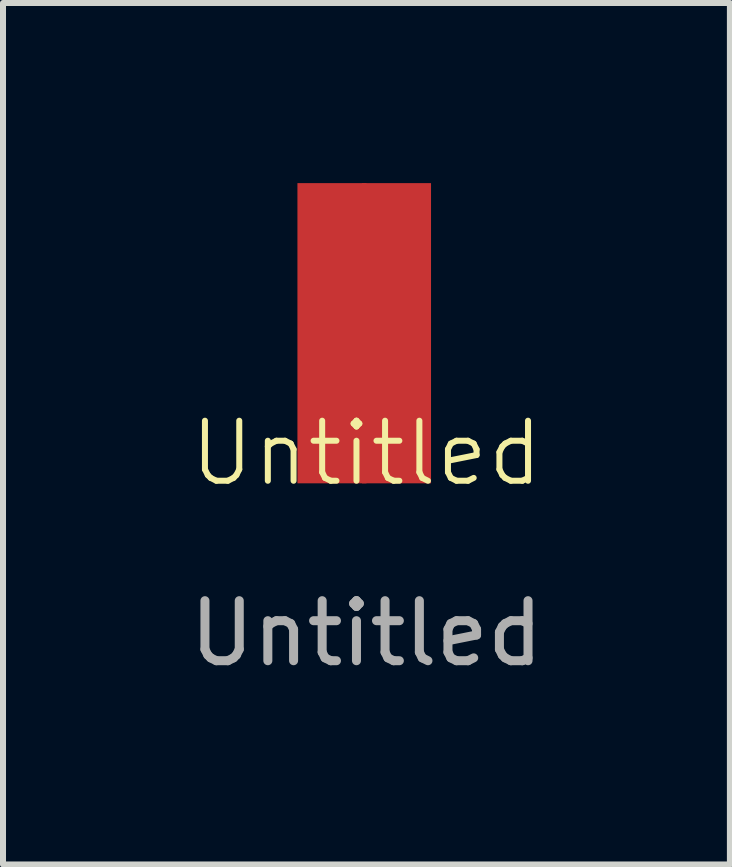
<source format=kicad_pcb>
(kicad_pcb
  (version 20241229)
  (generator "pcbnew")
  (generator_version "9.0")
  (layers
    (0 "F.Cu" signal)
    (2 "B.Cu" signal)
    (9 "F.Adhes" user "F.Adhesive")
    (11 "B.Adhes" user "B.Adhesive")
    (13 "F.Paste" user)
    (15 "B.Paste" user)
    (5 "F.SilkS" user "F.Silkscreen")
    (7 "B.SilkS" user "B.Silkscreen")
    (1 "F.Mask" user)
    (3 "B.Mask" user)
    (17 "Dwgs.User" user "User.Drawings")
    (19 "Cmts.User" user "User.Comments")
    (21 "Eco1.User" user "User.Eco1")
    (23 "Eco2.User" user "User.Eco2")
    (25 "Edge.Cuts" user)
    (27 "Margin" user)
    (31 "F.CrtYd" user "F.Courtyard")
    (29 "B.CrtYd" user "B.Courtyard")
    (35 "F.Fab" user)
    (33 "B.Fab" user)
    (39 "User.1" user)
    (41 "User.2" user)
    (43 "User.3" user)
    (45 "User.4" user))
  (footprint "Untitled"
    (layer "F.Cu")
    (at 3.054 5)
    (property "Reference" "Untitled" (at 0 -0.5 0) (unlocked yes) (layer "F.SilkS") (effects (font (size 1 1) (thickness 0.1))))
    (attr smd)
    (fp_text user "${REFERENCE}" (at 0 2.5 0) (unlocked yes) (layer "F.Fab") (effects (font (size 1 1) (thickness 0.15))))
    (pad "1" smd rect (at -0.575 -2.5) (size 1.15 5) (layers "F.Cu" "F.Mask" "F.Paste"))
    (pad "2" smd rect (at 0.5 -2.5) (size 1.15 5) (layers "F.Cu" "F.Mask" "F.Paste")))
  (gr_rect
    (start -3 -3)
    (end 9.107 11.348)
    (stroke (width 0.1) (type default))
    (fill no)
    (layer "Edge.Cuts")))
</source>
